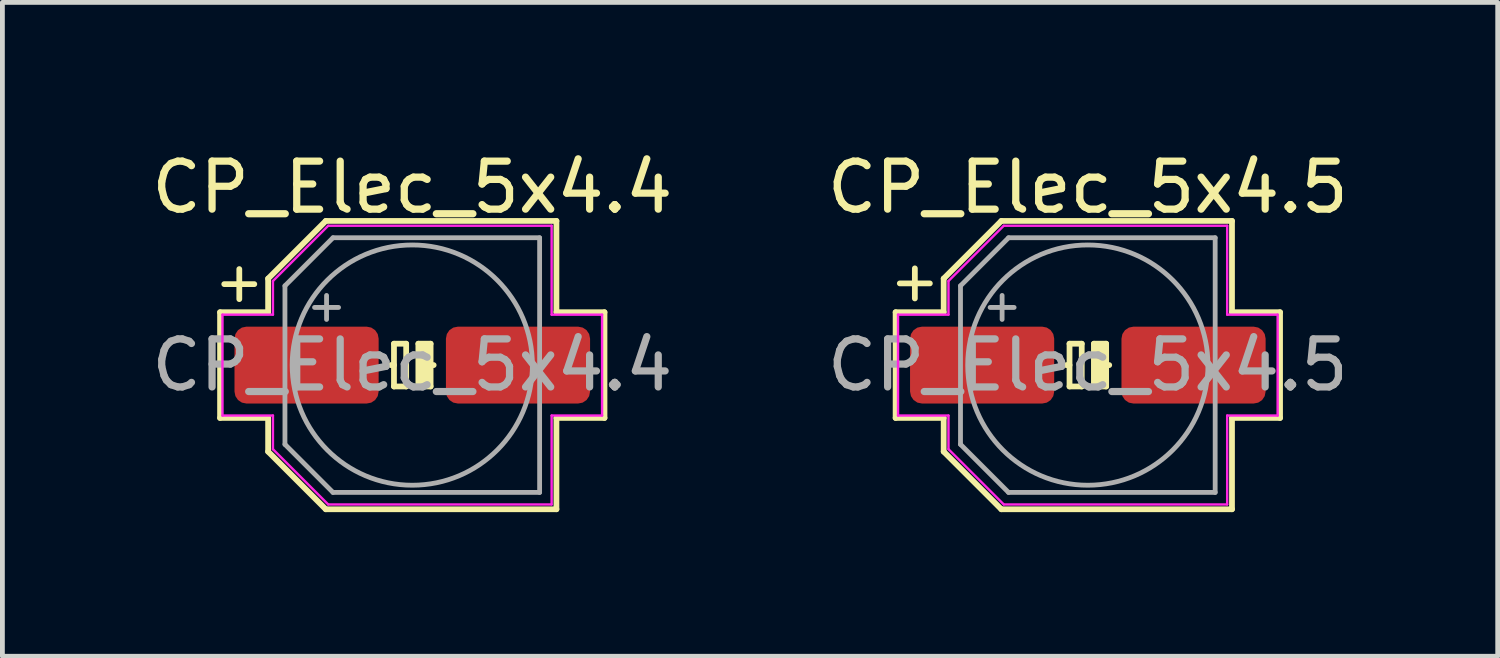
<source format=kicad_pcb>
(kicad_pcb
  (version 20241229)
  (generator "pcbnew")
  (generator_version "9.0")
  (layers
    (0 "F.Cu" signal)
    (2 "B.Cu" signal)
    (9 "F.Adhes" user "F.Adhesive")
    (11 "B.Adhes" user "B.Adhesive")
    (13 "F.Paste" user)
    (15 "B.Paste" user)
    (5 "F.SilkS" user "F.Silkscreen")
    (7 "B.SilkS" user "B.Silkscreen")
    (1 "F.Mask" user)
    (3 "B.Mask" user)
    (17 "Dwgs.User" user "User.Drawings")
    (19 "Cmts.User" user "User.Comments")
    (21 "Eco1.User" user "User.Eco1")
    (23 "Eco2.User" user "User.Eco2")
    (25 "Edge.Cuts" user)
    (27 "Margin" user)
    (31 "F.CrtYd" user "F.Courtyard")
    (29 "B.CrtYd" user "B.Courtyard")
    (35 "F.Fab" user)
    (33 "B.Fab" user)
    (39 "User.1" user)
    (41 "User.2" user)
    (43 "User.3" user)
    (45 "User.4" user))
  (footprint "CP_Elec_5x4.5"
    (layer "F.Cu")
    (at 19.589 4.548)
    (property "Reference" "CP_Elec_5x4.5" (at 0 -3.7 0) (layer "F.SilkS") (effects (font (size 1 1) (thickness 0.15))))
    (attr smd)
    (fp_line (start -4 -1.1) (end -4 1.1) (stroke (width 0.12) (type solid)) (layer "F.SilkS"))
    (fp_line (start -4 1.1) (end -3 1.1) (stroke (width 0.12) (type solid)) (layer "F.SilkS"))
    (fp_line (start -3.913 -1.7) (end -3.288 -1.7) (stroke (width 0.12) (type solid)) (layer "F.SilkS"))
    (fp_line (start -3.6 -2.013) (end -3.6 -1.387) (stroke (width 0.12) (type solid)) (layer "F.SilkS"))
    (fp_line (start -3 -1.8) (end -3 -1.1) (stroke (width 0.12) (type solid)) (layer "F.SilkS"))
    (fp_line (start -3 -1.1) (end -4 -1.1) (stroke (width 0.12) (type solid)) (layer "F.SilkS"))
    (fp_line (start -3 1.1) (end -3 1.8) (stroke (width 0.12) (type solid)) (layer "F.SilkS"))
    (fp_line (start -3 1.8) (end -1.8 3) (stroke (width 0.12) (type solid)) (layer "F.SilkS"))
    (fp_line (start -1.8 -3) (end -3 -1.8) (stroke (width 0.12) (type solid)) (layer "F.SilkS"))
    (fp_line (start -1.8 3) (end 3 3) (stroke (width 0.12) (type solid)) (layer "F.SilkS"))
    (fp_line (start -0.381 0) (end -0.445 0) (stroke (width 0.12) (type solid)) (layer "F.SilkS"))
    (fp_line (start -0.381 0.445) (end -0.381 -0.445) (stroke (width 0.12) (type solid)) (layer "F.SilkS"))
    (fp_line (start -0.381 0.445) (end -0.127 0.445) (stroke (width 0.12) (type solid)) (layer "F.SilkS"))
    (fp_line (start -0.127 -0.445) (end -0.381 -0.445) (stroke (width 0.12) (type solid)) (layer "F.SilkS"))
    (fp_line (start -0.127 -0.445) (end -0.127 0.445) (stroke (width 0.12) (type solid)) (layer "F.SilkS"))
    (fp_line (start 0.127 -0.445) (end 0.127 -0.191) (stroke (width 0.12) (type solid)) (layer "F.SilkS"))
    (fp_line (start 0.127 -0.445) (end 0.381 -0.445) (stroke (width 0.12) (type solid)) (layer "F.SilkS"))
    (fp_line (start 0.127 -0.191) (end 0.127 0.445) (stroke (width 0.12) (type solid)) (layer "F.SilkS"))
    (fp_line (start 0.381 0) (end 0.445 0) (stroke (width 0.12) (type solid)) (layer "F.SilkS"))
    (fp_line (start 0.381 0.445) (end 0.127 0.445) (stroke (width 0.12) (type solid)) (layer "F.SilkS"))
    (fp_line (start 0.381 0.445) (end 0.381 -0.445) (stroke (width 0.12) (type solid)) (layer "F.SilkS"))
    (fp_line (start 3 -3) (end -1.8 -3) (stroke (width 0.12) (type solid)) (layer "F.SilkS"))
    (fp_line (start 3 -1.1) (end 3 -3) (stroke (width 0.12) (type solid)) (layer "F.SilkS"))
    (fp_line (start 3 1.1) (end 4 1.1) (stroke (width 0.12) (type solid)) (layer "F.SilkS"))
    (fp_line (start 3 3) (end 3 1.1) (stroke (width 0.12) (type solid)) (layer "F.SilkS"))
    (fp_line (start 4 -1.1) (end 3 -1.1) (stroke (width 0.12) (type solid)) (layer "F.SilkS"))
    (fp_line (start 4 1.1) (end 4 -1.1) (stroke (width 0.12) (type solid)) (layer "F.SilkS"))
    (fp_poly (pts (xy 0.381 0.445) (xy 0.127 0.445) (xy 0.127 -0.445) (xy 0.381 -0.445)) (stroke (width 0.1) (type solid)) (fill yes) (layer "F.SilkS"))
    (fp_line (start -3.95 -1.05) (end -3.95 1.05) (stroke (width 0.05) (type solid)) (layer "F.CrtYd"))
    (fp_line (start -3.95 1.05) (end -2.9 1.05) (stroke (width 0.05) (type solid)) (layer "F.CrtYd"))
    (fp_line (start -2.9 -1.75) (end -2.9 -1.05) (stroke (width 0.05) (type solid)) (layer "F.CrtYd"))
    (fp_line (start -2.9 -1.75) (end -1.75 -2.9) (stroke (width 0.05) (type solid)) (layer "F.CrtYd"))
    (fp_line (start -2.9 -1.05) (end -3.95 -1.05) (stroke (width 0.05) (type solid)) (layer "F.CrtYd"))
    (fp_line (start -2.9 1.05) (end -2.9 1.75) (stroke (width 0.05) (type solid)) (layer "F.CrtYd"))
    (fp_line (start -2.9 1.75) (end -1.75 2.9) (stroke (width 0.05) (type solid)) (layer "F.CrtYd"))
    (fp_line (start -1.75 -2.9) (end 2.9 -2.9) (stroke (width 0.05) (type solid)) (layer "F.CrtYd"))
    (fp_line (start -1.75 2.9) (end 2.9 2.9) (stroke (width 0.05) (type solid)) (layer "F.CrtYd"))
    (fp_line (start 2.9 -2.9) (end 2.9 -1.05) (stroke (width 0.05) (type solid)) (layer "F.CrtYd"))
    (fp_line (start 2.9 -1.05) (end 3.95 -1.05) (stroke (width 0.05) (type solid)) (layer "F.CrtYd"))
    (fp_line (start 2.9 1.05) (end 2.9 2.9) (stroke (width 0.05) (type solid)) (layer "F.CrtYd"))
    (fp_line (start 3.95 -1.05) (end 3.95 1.05) (stroke (width 0.05) (type solid)) (layer "F.CrtYd"))
    (fp_line (start 3.95 1.05) (end 2.9 1.05) (stroke (width 0.05) (type solid)) (layer "F.CrtYd"))
    (fp_line (start -2.65 -1.65) (end -2.65 1.65) (stroke (width 0.1) (type solid)) (layer "F.Fab"))
    (fp_line (start -2.65 -1.65) (end -1.65 -2.65) (stroke (width 0.1) (type solid)) (layer "F.Fab"))
    (fp_line (start -2.65 1.65) (end -1.65 2.65) (stroke (width 0.1) (type solid)) (layer "F.Fab"))
    (fp_line (start -2.034 -1.2) (end -1.534 -1.2) (stroke (width 0.1) (type solid)) (layer "F.Fab"))
    (fp_line (start -1.784 -1.45) (end -1.784 -0.95) (stroke (width 0.1) (type solid)) (layer "F.Fab"))
    (fp_line (start -1.65 -2.65) (end 2.65 -2.65) (stroke (width 0.1) (type solid)) (layer "F.Fab"))
    (fp_line (start -1.65 2.65) (end 2.65 2.65) (stroke (width 0.1) (type solid)) (layer "F.Fab"))
    (fp_line (start 2.65 -2.65) (end 2.65 2.65) (stroke (width 0.1) (type solid)) (layer "F.Fab"))
    (fp_circle (center 0 0) (end 2.5 0) (stroke (width 0.1) (type solid)) (fill no) (layer "F.Fab"))
    (fp_text user "${REFERENCE}" (at 0 0 0) (layer "F.Fab") (effects (font (size 1 1) (thickness 0.15))))
    (pad "1" smd roundrect (at -2.2 0) (size 3 1.6) (layers "F.Cu" "F.Mask" "F.Paste") (roundrect_rratio 0.156))
    (pad "2" smd roundrect (at 2.2 0) (size 3 1.6) (layers "F.Cu" "F.Mask" "F.Paste") (roundrect_rratio 0.156)))
  (footprint "CP_Elec_5x4.4"
    (layer "F.Cu")
    (at 5.53 4.548)
    (property "Reference" "CP_Elec_5x4.4" (at 0 -3.7 0) (layer "F.SilkS") (effects (font (size 1 1) (thickness 0.15))))
    (attr smd)
    (fp_line (start -4 -1.1) (end -4 1.1) (stroke (width 0.12) (type solid)) (layer "F.SilkS"))
    (fp_line (start -4 1.1) (end -3 1.1) (stroke (width 0.12) (type solid)) (layer "F.SilkS"))
    (fp_line (start -3.913 -1.685) (end -3.288 -1.685) (stroke (width 0.12) (type solid)) (layer "F.SilkS"))
    (fp_line (start -3.6 -1.998) (end -3.6 -1.373) (stroke (width 0.12) (type solid)) (layer "F.SilkS"))
    (fp_line (start -3 -1.8) (end -3 -1.1) (stroke (width 0.12) (type solid)) (layer "F.SilkS"))
    (fp_line (start -3 -1.1) (end -4 -1.1) (stroke (width 0.12) (type solid)) (layer "F.SilkS"))
    (fp_line (start -3 1.1) (end -3 1.8) (stroke (width 0.12) (type solid)) (layer "F.SilkS"))
    (fp_line (start -3 1.8) (end -1.8 3) (stroke (width 0.12) (type solid)) (layer "F.SilkS"))
    (fp_line (start -1.8 -3) (end -3 -1.8) (stroke (width 0.12) (type solid)) (layer "F.SilkS"))
    (fp_line (start -1.8 3) (end 3 3) (stroke (width 0.12) (type solid)) (layer "F.SilkS"))
    (fp_line (start -0.381 0) (end -0.445 0) (stroke (width 0.12) (type solid)) (layer "F.SilkS"))
    (fp_line (start -0.381 0.445) (end -0.381 -0.445) (stroke (width 0.12) (type solid)) (layer "F.SilkS"))
    (fp_line (start -0.381 0.445) (end -0.127 0.445) (stroke (width 0.12) (type solid)) (layer "F.SilkS"))
    (fp_line (start -0.127 -0.445) (end -0.381 -0.445) (stroke (width 0.12) (type solid)) (layer "F.SilkS"))
    (fp_line (start -0.127 -0.445) (end -0.127 0.445) (stroke (width 0.12) (type solid)) (layer "F.SilkS"))
    (fp_line (start 0.127 -0.445) (end 0.127 -0.191) (stroke (width 0.12) (type solid)) (layer "F.SilkS"))
    (fp_line (start 0.127 -0.445) (end 0.381 -0.445) (stroke (width 0.12) (type solid)) (layer "F.SilkS"))
    (fp_line (start 0.127 -0.191) (end 0.127 0.445) (stroke (width 0.12) (type solid)) (layer "F.SilkS"))
    (fp_line (start 0.381 0) (end 0.445 0) (stroke (width 0.12) (type solid)) (layer "F.SilkS"))
    (fp_line (start 0.381 0.445) (end 0.127 0.445) (stroke (width 0.12) (type solid)) (layer "F.SilkS"))
    (fp_line (start 0.381 0.445) (end 0.381 -0.445) (stroke (width 0.12) (type solid)) (layer "F.SilkS"))
    (fp_line (start 3 -3) (end -1.8 -3) (stroke (width 0.12) (type solid)) (layer "F.SilkS"))
    (fp_line (start 3 -1.1) (end 3 -3) (stroke (width 0.12) (type solid)) (layer "F.SilkS"))
    (fp_line (start 3 1.1) (end 4 1.1) (stroke (width 0.12) (type solid)) (layer "F.SilkS"))
    (fp_line (start 3 3) (end 3 1.1) (stroke (width 0.12) (type solid)) (layer "F.SilkS"))
    (fp_line (start 4 -1.1) (end 3 -1.1) (stroke (width 0.12) (type solid)) (layer "F.SilkS"))
    (fp_line (start 4 1.1) (end 4 -1.1) (stroke (width 0.12) (type solid)) (layer "F.SilkS"))
    (fp_poly (pts (xy 0.381 0.445) (xy 0.127 0.445) (xy 0.127 -0.445) (xy 0.381 -0.445)) (stroke (width 0.1) (type solid)) (fill yes) (layer "F.SilkS"))
    (fp_line (start -3.95 -1.05) (end -3.95 1.05) (stroke (width 0.05) (type solid)) (layer "F.CrtYd"))
    (fp_line (start -3.95 1.05) (end -2.9 1.05) (stroke (width 0.05) (type solid)) (layer "F.CrtYd"))
    (fp_line (start -2.9 -1.75) (end -2.9 -1.05) (stroke (width 0.05) (type solid)) (layer "F.CrtYd"))
    (fp_line (start -2.9 -1.75) (end -1.75 -2.9) (stroke (width 0.05) (type solid)) (layer "F.CrtYd"))
    (fp_line (start -2.9 -1.05) (end -3.95 -1.05) (stroke (width 0.05) (type solid)) (layer "F.CrtYd"))
    (fp_line (start -2.9 1.05) (end -2.9 1.75) (stroke (width 0.05) (type solid)) (layer "F.CrtYd"))
    (fp_line (start -2.9 1.75) (end -1.75 2.9) (stroke (width 0.05) (type solid)) (layer "F.CrtYd"))
    (fp_line (start -1.75 -2.9) (end 2.9 -2.9) (stroke (width 0.05) (type solid)) (layer "F.CrtYd"))
    (fp_line (start -1.75 2.9) (end 2.9 2.9) (stroke (width 0.05) (type solid)) (layer "F.CrtYd"))
    (fp_line (start 2.9 -2.9) (end 2.9 -1.05) (stroke (width 0.05) (type solid)) (layer "F.CrtYd"))
    (fp_line (start 2.9 -1.05) (end 3.95 -1.05) (stroke (width 0.05) (type solid)) (layer "F.CrtYd"))
    (fp_line (start 2.9 1.05) (end 2.9 2.9) (stroke (width 0.05) (type solid)) (layer "F.CrtYd"))
    (fp_line (start 3.95 -1.05) (end 3.95 1.05) (stroke (width 0.05) (type solid)) (layer "F.CrtYd"))
    (fp_line (start 3.95 1.05) (end 2.9 1.05) (stroke (width 0.05) (type solid)) (layer "F.CrtYd"))
    (fp_line (start -2.65 -1.65) (end -2.65 1.65) (stroke (width 0.1) (type solid)) (layer "F.Fab"))
    (fp_line (start -2.65 -1.65) (end -1.65 -2.65) (stroke (width 0.1) (type solid)) (layer "F.Fab"))
    (fp_line (start -2.65 1.65) (end -1.65 2.65) (stroke (width 0.1) (type solid)) (layer "F.Fab"))
    (fp_line (start -2.034 -1.2) (end -1.534 -1.2) (stroke (width 0.1) (type solid)) (layer "F.Fab"))
    (fp_line (start -1.784 -1.45) (end -1.784 -0.95) (stroke (width 0.1) (type solid)) (layer "F.Fab"))
    (fp_line (start -1.65 -2.65) (end 2.65 -2.65) (stroke (width 0.1) (type solid)) (layer "F.Fab"))
    (fp_line (start -1.65 2.65) (end 2.65 2.65) (stroke (width 0.1) (type solid)) (layer "F.Fab"))
    (fp_line (start 2.65 -2.65) (end 2.65 2.65) (stroke (width 0.1) (type solid)) (layer "F.Fab"))
    (fp_circle (center 0 0) (end 2.5 0) (stroke (width 0.1) (type solid)) (fill no) (layer "F.Fab"))
    (fp_text user "${REFERENCE}" (at 0 0 0) (layer "F.Fab") (effects (font (size 1 1) (thickness 0.15))))
    (pad "1" smd roundrect (at -2.2 0) (size 3 1.6) (layers "F.Cu" "F.Mask" "F.Paste") (roundrect_rratio 0.156))
    (pad "2" smd roundrect (at 2.2 0) (size 3 1.6) (layers "F.Cu" "F.Mask" "F.Paste") (roundrect_rratio 0.156)))
  (gr_rect
    (start -3 -3)
    (end 28.119 10.608)
    (stroke (width 0.1) (type default))
    (fill no)
    (layer "Edge.Cuts")))
</source>
